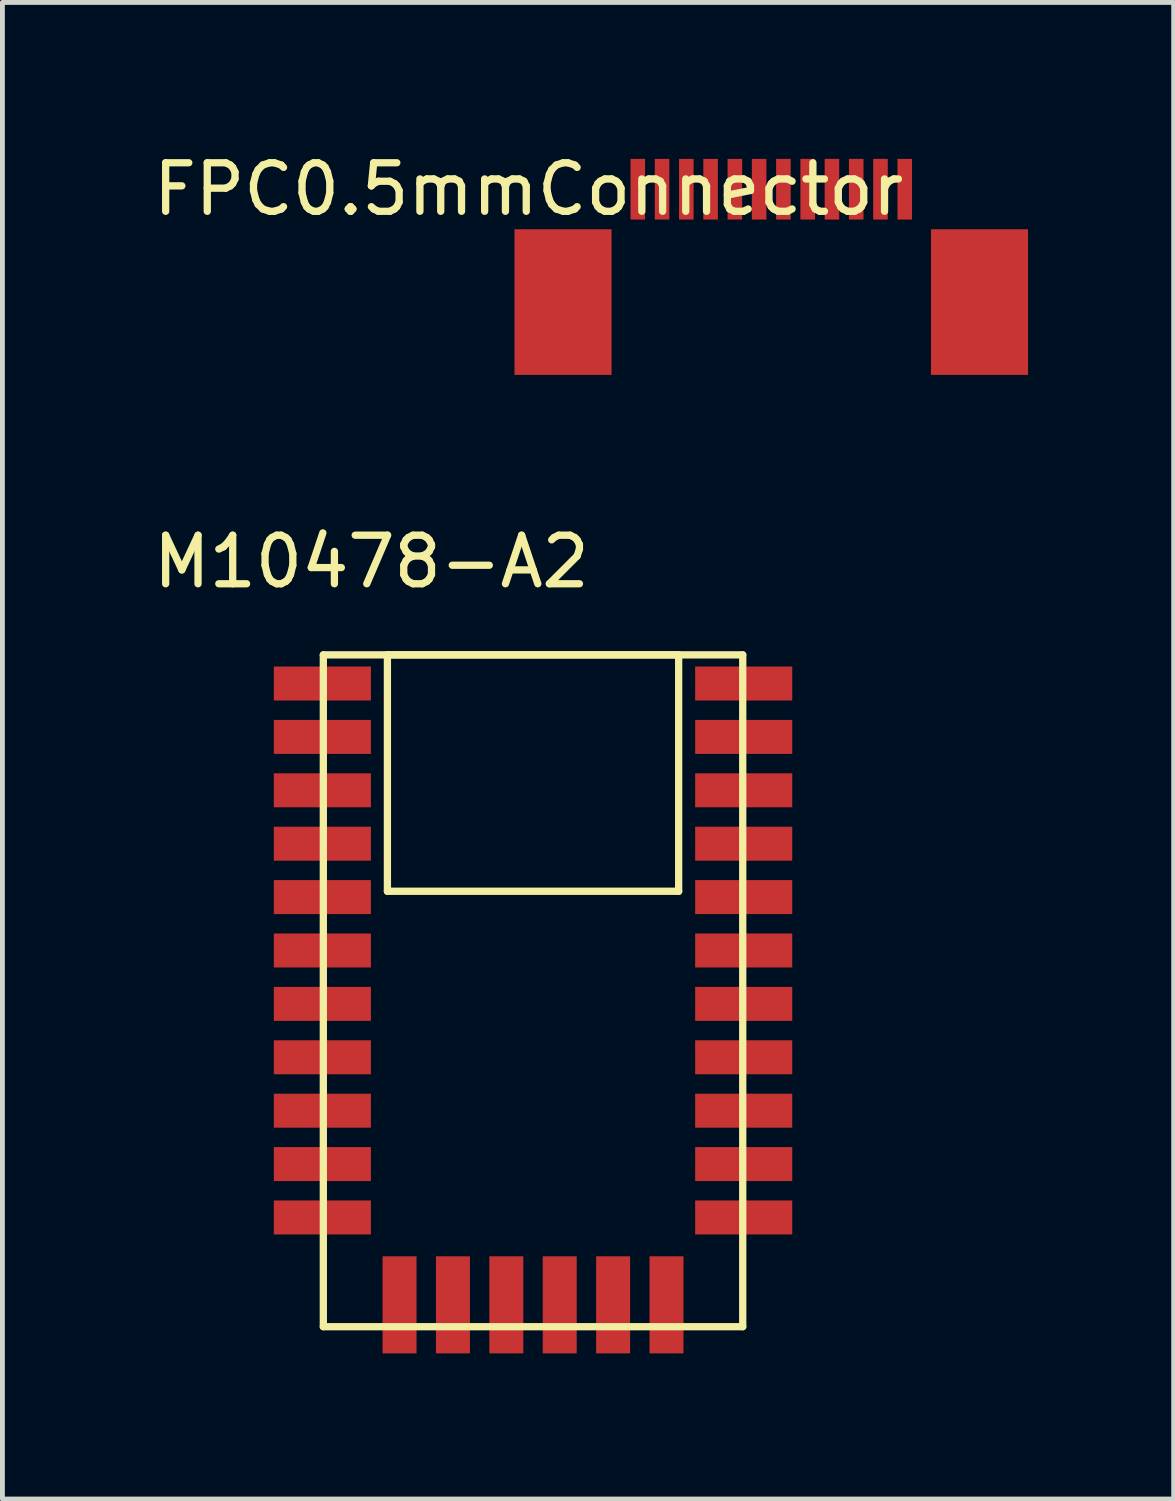
<source format=kicad_pcb>
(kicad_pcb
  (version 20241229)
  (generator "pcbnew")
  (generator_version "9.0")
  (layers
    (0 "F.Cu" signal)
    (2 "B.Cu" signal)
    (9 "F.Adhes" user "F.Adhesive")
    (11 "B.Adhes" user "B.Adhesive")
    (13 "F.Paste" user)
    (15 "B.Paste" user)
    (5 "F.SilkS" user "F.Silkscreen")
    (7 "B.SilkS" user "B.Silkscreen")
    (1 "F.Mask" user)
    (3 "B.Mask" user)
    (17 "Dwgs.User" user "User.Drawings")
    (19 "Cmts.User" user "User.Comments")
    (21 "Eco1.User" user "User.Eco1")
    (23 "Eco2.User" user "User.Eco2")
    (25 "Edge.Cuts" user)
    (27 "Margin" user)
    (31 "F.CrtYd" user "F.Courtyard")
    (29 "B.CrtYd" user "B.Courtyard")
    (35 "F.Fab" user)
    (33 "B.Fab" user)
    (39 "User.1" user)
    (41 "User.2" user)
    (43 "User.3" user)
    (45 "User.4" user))
  (footprint "M10478-A2"
    (layer "F.Cu")
    (at 7.931 23.831)
    (property "Reference" "M10478-A2" (at -3.33 -15.31 0) (layer "F.SilkS") (effects (font (size 1 1) (thickness 0.15))))
    (attr through_hole)
    (fp_line (start -4.32 -13.39) (end 4.32 -13.39) (stroke (width 0.15) (type solid)) (layer "F.SilkS"))
    (fp_line (start -4.32 0.45) (end -4.32 -13.39) (stroke (width 0.15) (type solid)) (layer "F.SilkS"))
    (fp_line (start -3 -13.39) (end 3 -13.39) (stroke (width 0.15) (type solid)) (layer "F.SilkS"))
    (fp_line (start -3 -8.52) (end -3 -13.39) (stroke (width 0.15) (type solid)) (layer "F.SilkS"))
    (fp_line (start 3 -13.39) (end 3 -8.52) (stroke (width 0.15) (type solid)) (layer "F.SilkS"))
    (fp_line (start 3 -8.52) (end -3 -8.52) (stroke (width 0.15) (type solid)) (layer "F.SilkS"))
    (fp_line (start 4.32 -13.39) (end 4.32 0.45) (stroke (width 0.15) (type solid)) (layer "F.SilkS"))
    (fp_line (start 4.32 0.45) (end -4.32 0.45) (stroke (width 0.15) (type solid)) (layer "F.SilkS"))
    (pad "1" smd rect (at -4.34 -12.8) (size 2 0.7) (layers "F.Cu" "F.Mask" "F.Paste"))
    (pad "2" smd rect (at -4.34 -11.7) (size 2 0.7) (layers "F.Cu" "F.Mask" "F.Paste"))
    (pad "3" smd rect (at -4.34 -10.6) (size 2 0.7) (layers "F.Cu" "F.Mask" "F.Paste"))
    (pad "4" smd rect (at -4.34 -9.5) (size 2 0.7) (layers "F.Cu" "F.Mask" "F.Paste"))
    (pad "5" smd rect (at -4.34 -8.4) (size 2 0.7) (layers "F.Cu" "F.Mask" "F.Paste"))
    (pad "6" smd rect (at -4.34 -7.3) (size 2 0.7) (layers "F.Cu" "F.Mask" "F.Paste"))
    (pad "7" smd rect (at -4.34 -6.2) (size 2 0.7) (layers "F.Cu" "F.Mask" "F.Paste"))
    (pad "8" smd rect (at -4.34 -5.1) (size 2 0.7) (layers "F.Cu" "F.Mask" "F.Paste"))
    (pad "9" smd rect (at -4.34 -4) (size 2 0.7) (layers "F.Cu" "F.Mask" "F.Paste"))
    (pad "10" smd rect (at -4.34 -2.9) (size 2 0.7) (layers "F.Cu" "F.Mask" "F.Paste"))
    (pad "11" smd rect (at -4.34 -1.8) (size 2 0.7) (layers "F.Cu" "F.Mask" "F.Paste"))
    (pad "12" smd rect (at -2.75 0) (size 0.7 2) (layers "F.Cu" "F.Mask" "F.Paste"))
    (pad "13" smd rect (at -1.65 0) (size 0.7 2) (layers "F.Cu" "F.Mask" "F.Paste"))
    (pad "14" smd rect (at -0.55 0) (size 0.7 2) (layers "F.Cu" "F.Mask" "F.Paste"))
    (pad "15" smd rect (at 0.55 0) (size 0.7 2) (layers "F.Cu" "F.Mask" "F.Paste"))
    (pad "16" smd rect (at 1.65 0) (size 0.7 2) (layers "F.Cu" "F.Mask" "F.Paste"))
    (pad "17" smd rect (at 2.75 0) (size 0.7 2) (layers "F.Cu" "F.Mask" "F.Paste"))
    (pad "18" smd rect (at 4.34 -1.8) (size 2 0.7) (layers "F.Cu" "F.Mask" "F.Paste"))
    (pad "19" smd rect (at 4.34 -2.9) (size 2 0.7) (layers "F.Cu" "F.Mask" "F.Paste"))
    (pad "20" smd rect (at 4.34 -4) (size 2 0.7) (layers "F.Cu" "F.Mask" "F.Paste"))
    (pad "21" smd rect (at 4.34 -5.1) (size 2 0.7) (layers "F.Cu" "F.Mask" "F.Paste"))
    (pad "22" smd rect (at 4.34 -6.2) (size 2 0.7) (layers "F.Cu" "F.Mask" "F.Paste"))
    (pad "23" smd rect (at 4.34 -7.3) (size 2 0.7) (layers "F.Cu" "F.Mask" "F.Paste"))
    (pad "24" smd rect (at 4.34 -8.4) (size 2 0.7) (layers "F.Cu" "F.Mask" "F.Paste"))
    (pad "25" smd rect (at 4.34 -9.5) (size 2 0.7) (layers "F.Cu" "F.Mask" "F.Paste"))
    (pad "26" smd rect (at 4.34 -10.6) (size 2 0.7) (layers "F.Cu" "F.Mask" "F.Paste"))
    (pad "27" smd rect (at 4.34 -11.7) (size 2 0.7) (layers "F.Cu" "F.Mask" "F.Paste"))
    (pad "28" smd rect (at 4.34 -12.8) (size 2 0.7) (layers "F.Cu" "F.Mask" "F.Paste")))
  (footprint "FPC0.5mmConnector"
    (layer "F.Cu")
    (at 12.839 0.848)
    (property "Reference" "FPC0.5mmConnector" (at -5 0 0) (layer "F.SilkS") (effects (font (size 1 1) (thickness 0.15))))
    (attr through_hole)
    (pad "" smd rect (at -4.29 2.325) (size 2 3) (layers "F.Cu" "F.Mask" "F.Paste"))
    (pad "" smd rect (at 4.29 2.325) (size 2 3) (layers "F.Cu" "F.Mask" "F.Paste"))
    (pad "1" smd rect (at -2.75 0) (size 0.3 1.25) (layers "F.Cu" "F.Mask" "F.Paste"))
    (pad "2" smd rect (at -2.25 0) (size 0.3 1.25) (layers "F.Cu" "F.Mask" "F.Paste"))
    (pad "3" smd rect (at -1.75 0) (size 0.3 1.25) (layers "F.Cu" "F.Mask" "F.Paste"))
    (pad "4" smd rect (at -1.25 0) (size 0.3 1.25) (layers "F.Cu" "F.Mask" "F.Paste"))
    (pad "5" smd rect (at -0.75 0) (size 0.3 1.25) (layers "F.Cu" "F.Mask" "F.Paste"))
    (pad "6" smd rect (at -0.25 0) (size 0.3 1.25) (layers "F.Cu" "F.Mask" "F.Paste"))
    (pad "7" smd rect (at 0.25 0) (size 0.3 1.25) (layers "F.Cu" "F.Mask" "F.Paste"))
    (pad "8" smd rect (at 0.75 0) (size 0.3 1.25) (layers "F.Cu" "F.Mask" "F.Paste"))
    (pad "9" smd rect (at 1.25 0) (size 0.3 1.25) (layers "F.Cu" "F.Mask" "F.Paste"))
    (pad "10" smd rect (at 1.75 0) (size 0.3 1.25) (layers "F.Cu" "F.Mask" "F.Paste"))
    (pad "11" smd rect (at 2.25 0) (size 0.3 1.25) (layers "F.Cu" "F.Mask" "F.Paste"))
    (pad "12" smd rect (at 2.75 0) (size 0.3 1.25) (layers "F.Cu" "F.Mask" "F.Paste")))
  (gr_rect
    (start -3 -3)
    (end 21.129 27.831)
    (stroke (width 0.1) (type default))
    (fill no)
    (layer "Edge.Cuts")))
</source>
